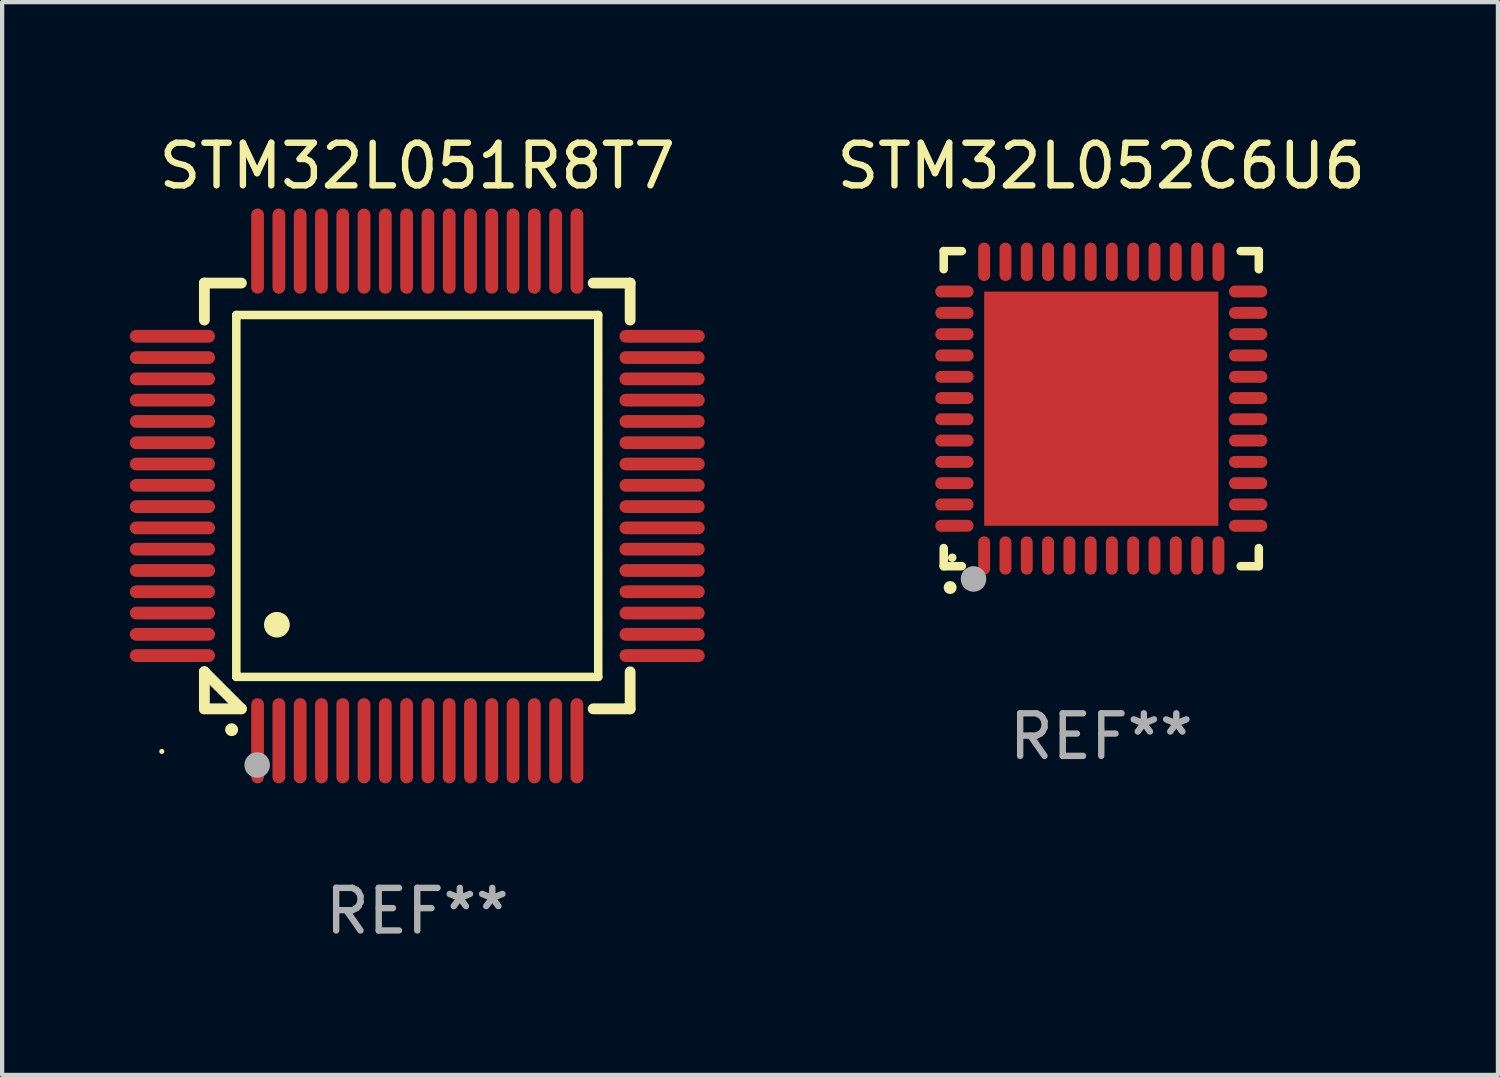
<source format=kicad_pcb>
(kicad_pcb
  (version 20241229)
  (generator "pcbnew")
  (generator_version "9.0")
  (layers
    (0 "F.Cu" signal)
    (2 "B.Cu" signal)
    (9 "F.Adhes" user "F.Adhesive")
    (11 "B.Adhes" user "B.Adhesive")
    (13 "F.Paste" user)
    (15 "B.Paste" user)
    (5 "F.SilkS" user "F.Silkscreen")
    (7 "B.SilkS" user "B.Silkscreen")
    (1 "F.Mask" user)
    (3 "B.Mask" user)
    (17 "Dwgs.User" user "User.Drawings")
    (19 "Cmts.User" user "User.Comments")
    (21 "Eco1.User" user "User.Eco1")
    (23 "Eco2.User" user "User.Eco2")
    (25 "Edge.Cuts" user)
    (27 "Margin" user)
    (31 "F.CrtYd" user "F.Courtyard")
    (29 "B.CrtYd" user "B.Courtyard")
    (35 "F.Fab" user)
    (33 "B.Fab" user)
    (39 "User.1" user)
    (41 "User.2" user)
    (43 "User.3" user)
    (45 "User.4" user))
  (footprint "STM32L052C6U6"
    (layer "F.Cu")
    (at 22.815 6.548)
    (property "Reference" "STM32L052C6U6" (at 0 -5.7 0) (layer "F.SilkS") (effects (font (size 1 1) (thickness 0.15))))
    (attr through_hole)
    (fp_line (start -3.7 -3.7) (end -3.275 -3.7) (stroke (width 0.2) (type solid)) (layer "F.SilkS"))
    (fp_line (start -3.7 -3.275) (end -3.7 -3.7) (stroke (width 0.2) (type solid)) (layer "F.SilkS"))
    (fp_line (start -3.7 3.7) (end -3.7 3.275) (stroke (width 0.2) (type solid)) (layer "F.SilkS"))
    (fp_line (start -3.275 3.7) (end -3.7 3.7) (stroke (width 0.2) (type solid)) (layer "F.SilkS"))
    (fp_line (start 3.7 -3.7) (end 3.275 -3.7) (stroke (width 0.2) (type solid)) (layer "F.SilkS"))
    (fp_line (start 3.7 -3.275) (end 3.7 -3.7) (stroke (width 0.2) (type solid)) (layer "F.SilkS"))
    (fp_line (start 3.7 3.275) (end 3.7 3.7) (stroke (width 0.2) (type solid)) (layer "F.SilkS"))
    (fp_line (start 3.7 3.7) (end 3.275 3.7) (stroke (width 0.2) (type solid)) (layer "F.SilkS"))
    (fp_arc (start -3.550927 4.201168) (mid -3.549657 4.201163) (end -3.548387 4.201168) (stroke (width 0.3) (type solid)) (layer "F.SilkS"))
    (fp_circle (center -3.5 3.5) (end -3.45 3.5) (stroke (width 0.1) (type solid)) (fill no) (layer "F.SilkS"))
    (fp_circle (center -3 4) (end -2.85 4) (stroke (width 0.3) (type solid)) (fill no) (layer "F.Fab"))
    (fp_text user "REF**" (at 0 7.7 0) (layer "F.Fab") (effects (font (size 1 1) (thickness 0.15))))
    (pad "1" smd oval (at -2.751 3.449) (size 0.28 0.9) (layers "F.Cu" "F.Mask" "F.Paste"))
    (pad "2" smd oval (at -2.25 3.449) (size 0.28 0.9) (layers "F.Cu" "F.Mask" "F.Paste"))
    (pad "3" smd oval (at -1.75 3.449) (size 0.28 0.9) (layers "F.Cu" "F.Mask" "F.Paste"))
    (pad "4" smd oval (at -1.25 3.449) (size 0.28 0.9) (layers "F.Cu" "F.Mask" "F.Paste"))
    (pad "5" smd oval (at -0.749 3.449) (size 0.28 0.9) (layers "F.Cu" "F.Mask" "F.Paste"))
    (pad "6" smd oval (at -0.249 3.449) (size 0.28 0.9) (layers "F.Cu" "F.Mask" "F.Paste"))
    (pad "7" smd oval (at 0.249 3.449) (size 0.28 0.9) (layers "F.Cu" "F.Mask" "F.Paste"))
    (pad "8" smd oval (at 0.749 3.449) (size 0.28 0.9) (layers "F.Cu" "F.Mask" "F.Paste"))
    (pad "9" smd oval (at 1.25 3.449) (size 0.28 0.9) (layers "F.Cu" "F.Mask" "F.Paste"))
    (pad "10" smd oval (at 1.75 3.449) (size 0.28 0.9) (layers "F.Cu" "F.Mask" "F.Paste"))
    (pad "11" smd oval (at 2.251 3.449) (size 0.28 0.9) (layers "F.Cu" "F.Mask" "F.Paste"))
    (pad "12" smd oval (at 2.751 3.449) (size 0.28 0.9) (layers "F.Cu" "F.Mask" "F.Paste"))
    (pad "13" smd oval (at 3.449 2.751) (size 0.9 0.28) (layers "F.Cu" "F.Mask" "F.Paste"))
    (pad "14" smd oval (at 3.449 2.251) (size 0.9 0.28) (layers "F.Cu" "F.Mask" "F.Paste"))
    (pad "15" smd oval (at 3.449 1.75) (size 0.9 0.28) (layers "F.Cu" "F.Mask" "F.Paste"))
    (pad "16" smd oval (at 3.449 1.25) (size 0.9 0.28) (layers "F.Cu" "F.Mask" "F.Paste"))
    (pad "17" smd oval (at 3.449 0.749) (size 0.9 0.28) (layers "F.Cu" "F.Mask" "F.Paste"))
    (pad "18" smd oval (at 3.449 0.249) (size 0.9 0.28) (layers "F.Cu" "F.Mask" "F.Paste"))
    (pad "19" smd oval (at 3.449 -0.249) (size 0.9 0.28) (layers "F.Cu" "F.Mask" "F.Paste"))
    (pad "20" smd oval (at 3.449 -0.749) (size 0.9 0.28) (layers "F.Cu" "F.Mask" "F.Paste"))
    (pad "21" smd oval (at 3.449 -1.25) (size 0.9 0.28) (layers "F.Cu" "F.Mask" "F.Paste"))
    (pad "22" smd oval (at 3.449 -1.75) (size 0.9 0.28) (layers "F.Cu" "F.Mask" "F.Paste"))
    (pad "23" smd oval (at 3.449 -2.25) (size 0.9 0.28) (layers "F.Cu" "F.Mask" "F.Paste"))
    (pad "24" smd oval (at 3.449 -2.751) (size 0.9 0.28) (layers "F.Cu" "F.Mask" "F.Paste"))
    (pad "25" smd oval (at 2.751 -3.449) (size 0.28 0.9) (layers "F.Cu" "F.Mask" "F.Paste"))
    (pad "26" smd oval (at 2.251 -3.449) (size 0.28 0.9) (layers "F.Cu" "F.Mask" "F.Paste"))
    (pad "27" smd oval (at 1.75 -3.449) (size 0.28 0.9) (layers "F.Cu" "F.Mask" "F.Paste"))
    (pad "28" smd oval (at 1.25 -3.449) (size 0.28 0.9) (layers "F.Cu" "F.Mask" "F.Paste"))
    (pad "29" smd oval (at 0.749 -3.449) (size 0.28 0.9) (layers "F.Cu" "F.Mask" "F.Paste"))
    (pad "30" smd oval (at 0.249 -3.449) (size 0.28 0.9) (layers "F.Cu" "F.Mask" "F.Paste"))
    (pad "31" smd oval (at -0.249 -3.449) (size 0.28 0.9) (layers "F.Cu" "F.Mask" "F.Paste"))
    (pad "32" smd oval (at -0.749 -3.449) (size 0.28 0.9) (layers "F.Cu" "F.Mask" "F.Paste"))
    (pad "33" smd oval (at -1.25 -3.449) (size 0.28 0.9) (layers "F.Cu" "F.Mask" "F.Paste"))
    (pad "34" smd oval (at -1.75 -3.449) (size 0.28 0.9) (layers "F.Cu" "F.Mask" "F.Paste"))
    (pad "35" smd oval (at -2.25 -3.449) (size 0.28 0.9) (layers "F.Cu" "F.Mask" "F.Paste"))
    (pad "36" smd oval (at -2.751 -3.449) (size 0.28 0.9) (layers "F.Cu" "F.Mask" "F.Paste"))
    (pad "37" smd oval (at -3.449 -2.751) (size 0.9 0.28) (layers "F.Cu" "F.Mask" "F.Paste"))
    (pad "38" smd oval (at -3.449 -2.25) (size 0.9 0.28) (layers "F.Cu" "F.Mask" "F.Paste"))
    (pad "39" smd oval (at -3.449 -1.75) (size 0.9 0.28) (layers "F.Cu" "F.Mask" "F.Paste"))
    (pad "40" smd oval (at -3.449 -1.25) (size 0.9 0.28) (layers "F.Cu" "F.Mask" "F.Paste"))
    (pad "41" smd oval (at -3.449 -0.749) (size 0.9 0.28) (layers "F.Cu" "F.Mask" "F.Paste"))
    (pad "42" smd oval (at -3.449 -0.249) (size 0.9 0.28) (layers "F.Cu" "F.Mask" "F.Paste"))
    (pad "43" smd oval (at -3.449 0.249) (size 0.9 0.28) (layers "F.Cu" "F.Mask" "F.Paste"))
    (pad "44" smd oval (at -3.449 0.749) (size 0.9 0.28) (layers "F.Cu" "F.Mask" "F.Paste"))
    (pad "45" smd oval (at -3.449 1.25) (size 0.9 0.28) (layers "F.Cu" "F.Mask" "F.Paste"))
    (pad "46" smd oval (at -3.449 1.75) (size 0.9 0.28) (layers "F.Cu" "F.Mask" "F.Paste"))
    (pad "47" smd oval (at -3.449 2.251) (size 0.9 0.28) (layers "F.Cu" "F.Mask" "F.Paste"))
    (pad "48" smd oval (at -3.449 2.751) (size 0.9 0.28) (layers "F.Cu" "F.Mask" "F.Paste"))
    (pad "49" smd rect (at 0.000076 0.000076) (size 5.5 5.5) (layers "F.Cu" "F.Mask" "F.Paste")))
  (footprint "STM32L051R8T7"
    (layer "F.Cu")
    (at 6.75 8.598)
    (property "Reference" "STM32L051R8T7" (at 0 -7.75 0) (layer "F.SilkS") (effects (font (size 1 1) (thickness 0.15))))
    (attr through_hole)
    (fp_line (start -5 -5) (end -4.131 -5) (stroke (width 0.254) (type solid)) (layer "F.SilkS"))
    (fp_line (start -5 -4.131) (end -5 -5) (stroke (width 0.254) (type solid)) (layer "F.SilkS"))
    (fp_line (start -5 4.131) (end -5 4.131) (stroke (width 0.254) (type solid)) (layer "F.SilkS"))
    (fp_line (start -5 5) (end -5 4.131) (stroke (width 0.254) (type solid)) (layer "F.SilkS"))
    (fp_line (start -5 4.131) (end -4.131 5) (stroke (width 0.254) (type solid)) (layer "F.SilkS"))
    (fp_line (start -4.25 -4.25) (end -4.25 4.25) (stroke (width 0.2) (type solid)) (layer "F.SilkS"))
    (fp_line (start -4.25 4.25) (end 4.25 4.25) (stroke (width 0.2) (type solid)) (layer "F.SilkS"))
    (fp_line (start -4.131 5) (end -5 5) (stroke (width 0.254) (type solid)) (layer "F.SilkS"))
    (fp_line (start 4.25 -4.25) (end -4.25 -4.25) (stroke (width 0.2) (type solid)) (layer "F.SilkS"))
    (fp_line (start 4.25 4.25) (end 4.25 -4.25) (stroke (width 0.2) (type solid)) (layer "F.SilkS"))
    (fp_line (start 5 -5) (end 4.131 -5) (stroke (width 0.254) (type solid)) (layer "F.SilkS"))
    (fp_line (start 5 -5) (end 5 -4.131) (stroke (width 0.254) (type solid)) (layer "F.SilkS"))
    (fp_line (start 5 4.131) (end 5 5) (stroke (width 0.254) (type solid)) (layer "F.SilkS"))
    (fp_line (start 5 5) (end 4.131 5) (stroke (width 0.254) (type solid)) (layer "F.SilkS"))
    (fp_arc (start -4.361265 5.489992) (mid -4.359995 5.489987) (end -4.358725 5.489992) (stroke (width 0.3) (type solid)) (layer "F.SilkS"))
    (fp_arc (start -3.299467 3.025146) (mid -3.296927 3.025135) (end -3.294387 3.025146) (stroke (width 0.6) (type solid)) (layer "F.SilkS"))
    (fp_circle (center -6 6) (end -5.97 6) (stroke (width 0.06) (type solid)) (fill no) (layer "F.SilkS"))
    (fp_circle (center -3.76 6.32) (end -3.61 6.32) (stroke (width 0.3) (type solid)) (fill no) (layer "F.Fab"))
    (fp_text user "REF**" (at 0 9.75 0) (layer "F.Fab") (effects (font (size 1 1) (thickness 0.15))))
    (pad "1" smd oval (at -3.75 5.75) (size 0.3 2) (layers "F.Cu" "F.Mask" "F.Paste"))
    (pad "2" smd oval (at -3.25 5.75) (size 0.3 2) (layers "F.Cu" "F.Mask" "F.Paste"))
    (pad "3" smd oval (at -2.75 5.75) (size 0.3 2) (layers "F.Cu" "F.Mask" "F.Paste"))
    (pad "4" smd oval (at -2.25 5.75) (size 0.3 2) (layers "F.Cu" "F.Mask" "F.Paste"))
    (pad "5" smd oval (at -1.75 5.75) (size 0.3 2) (layers "F.Cu" "F.Mask" "F.Paste"))
    (pad "6" smd oval (at -1.25 5.75) (size 0.3 2) (layers "F.Cu" "F.Mask" "F.Paste"))
    (pad "7" smd oval (at -0.75 5.75) (size 0.3 2) (layers "F.Cu" "F.Mask" "F.Paste"))
    (pad "8" smd oval (at -0.25 5.75) (size 0.3 2) (layers "F.Cu" "F.Mask" "F.Paste"))
    (pad "9" smd oval (at 0.25 5.75) (size 0.3 2) (layers "F.Cu" "F.Mask" "F.Paste"))
    (pad "10" smd oval (at 0.75 5.75) (size 0.3 2) (layers "F.Cu" "F.Mask" "F.Paste"))
    (pad "11" smd oval (at 1.25 5.75) (size 0.3 2) (layers "F.Cu" "F.Mask" "F.Paste"))
    (pad "12" smd oval (at 1.75 5.75) (size 0.3 2) (layers "F.Cu" "F.Mask" "F.Paste"))
    (pad "13" smd oval (at 2.25 5.75) (size 0.3 2) (layers "F.Cu" "F.Mask" "F.Paste"))
    (pad "14" smd oval (at 2.75 5.75) (size 0.3 2) (layers "F.Cu" "F.Mask" "F.Paste"))
    (pad "15" smd oval (at 3.25 5.75) (size 0.3 2) (layers "F.Cu" "F.Mask" "F.Paste"))
    (pad "16" smd oval (at 3.75 5.75) (size 0.3 2) (layers "F.Cu" "F.Mask" "F.Paste"))
    (pad "17" smd oval (at 5.75 3.75) (size 2 0.3) (layers "F.Cu" "F.Mask" "F.Paste"))
    (pad "18" smd oval (at 5.75 3.25) (size 2 0.3) (layers "F.Cu" "F.Mask" "F.Paste"))
    (pad "19" smd oval (at 5.75 2.75) (size 2 0.3) (layers "F.Cu" "F.Mask" "F.Paste"))
    (pad "20" smd oval (at 5.75 2.25) (size 2 0.3) (layers "F.Cu" "F.Mask" "F.Paste"))
    (pad "21" smd oval (at 5.75 1.75) (size 2 0.3) (layers "F.Cu" "F.Mask" "F.Paste"))
    (pad "22" smd oval (at 5.75 1.25) (size 2 0.3) (layers "F.Cu" "F.Mask" "F.Paste"))
    (pad "23" smd oval (at 5.75 0.75) (size 2 0.3) (layers "F.Cu" "F.Mask" "F.Paste"))
    (pad "24" smd oval (at 5.75 0.25) (size 2 0.3) (layers "F.Cu" "F.Mask" "F.Paste"))
    (pad "25" smd oval (at 5.75 -0.25) (size 2 0.3) (layers "F.Cu" "F.Mask" "F.Paste"))
    (pad "26" smd oval (at 5.75 -0.75) (size 2 0.3) (layers "F.Cu" "F.Mask" "F.Paste"))
    (pad "27" smd oval (at 5.75 -1.25) (size 2 0.3) (layers "F.Cu" "F.Mask" "F.Paste"))
    (pad "28" smd oval (at 5.75 -1.75) (size 2 0.3) (layers "F.Cu" "F.Mask" "F.Paste"))
    (pad "29" smd oval (at 5.75 -2.25) (size 2 0.3) (layers "F.Cu" "F.Mask" "F.Paste"))
    (pad "30" smd oval (at 5.75 -2.75) (size 2 0.3) (layers "F.Cu" "F.Mask" "F.Paste"))
    (pad "31" smd oval (at 5.75 -3.25) (size 2 0.3) (layers "F.Cu" "F.Mask" "F.Paste"))
    (pad "32" smd oval (at 5.75 -3.75) (size 2 0.3) (layers "F.Cu" "F.Mask" "F.Paste"))
    (pad "33" smd oval (at 3.75 -5.75) (size 0.3 2) (layers "F.Cu" "F.Mask" "F.Paste"))
    (pad "34" smd oval (at 3.25 -5.75) (size 0.3 2) (layers "F.Cu" "F.Mask" "F.Paste"))
    (pad "35" smd oval (at 2.75 -5.75) (size 0.3 2) (layers "F.Cu" "F.Mask" "F.Paste"))
    (pad "36" smd oval (at 2.25 -5.75) (size 0.3 2) (layers "F.Cu" "F.Mask" "F.Paste"))
    (pad "37" smd oval (at 1.75 -5.75) (size 0.3 2) (layers "F.Cu" "F.Mask" "F.Paste"))
    (pad "38" smd oval (at 1.25 -5.75) (size 0.3 2) (layers "F.Cu" "F.Mask" "F.Paste"))
    (pad "39" smd oval (at 0.75 -5.75) (size 0.3 2) (layers "F.Cu" "F.Mask" "F.Paste"))
    (pad "40" smd oval (at 0.25 -5.75) (size 0.3 2) (layers "F.Cu" "F.Mask" "F.Paste"))
    (pad "41" smd oval (at -0.25 -5.75) (size 0.3 2) (layers "F.Cu" "F.Mask" "F.Paste"))
    (pad "42" smd oval (at -0.75 -5.75) (size 0.3 2) (layers "F.Cu" "F.Mask" "F.Paste"))
    (pad "43" smd oval (at -1.25 -5.75) (size 0.3 2) (layers "F.Cu" "F.Mask" "F.Paste"))
    (pad "44" smd oval (at -1.75 -5.75) (size 0.3 2) (layers "F.Cu" "F.Mask" "F.Paste"))
    (pad "45" smd oval (at -2.25 -5.75) (size 0.3 2) (layers "F.Cu" "F.Mask" "F.Paste"))
    (pad "46" smd oval (at -2.75 -5.75) (size 0.3 2) (layers "F.Cu" "F.Mask" "F.Paste"))
    (pad "47" smd oval (at -3.25 -5.75) (size 0.3 2) (layers "F.Cu" "F.Mask" "F.Paste"))
    (pad "48" smd oval (at -3.75 -5.75) (size 0.3 2) (layers "F.Cu" "F.Mask" "F.Paste"))
    (pad "49" smd oval (at -5.75 -3.75) (size 2 0.3) (layers "F.Cu" "F.Mask" "F.Paste"))
    (pad "50" smd oval (at -5.75 -3.25) (size 2 0.3) (layers "F.Cu" "F.Mask" "F.Paste"))
    (pad "51" smd oval (at -5.75 -2.75) (size 2 0.3) (layers "F.Cu" "F.Mask" "F.Paste"))
    (pad "52" smd oval (at -5.75 -2.25) (size 2 0.3) (layers "F.Cu" "F.Mask" "F.Paste"))
    (pad "53" smd oval (at -5.75 -1.75) (size 2 0.3) (layers "F.Cu" "F.Mask" "F.Paste"))
    (pad "54" smd oval (at -5.75 -1.25) (size 2 0.3) (layers "F.Cu" "F.Mask" "F.Paste"))
    (pad "55" smd oval (at -5.75 -0.75) (size 2 0.3) (layers "F.Cu" "F.Mask" "F.Paste"))
    (pad "56" smd oval (at -5.75 -0.25) (size 2 0.3) (layers "F.Cu" "F.Mask" "F.Paste"))
    (pad "57" smd oval (at -5.75 0.25) (size 2 0.3) (layers "F.Cu" "F.Mask" "F.Paste"))
    (pad "58" smd oval (at -5.75 0.75) (size 2 0.3) (layers "F.Cu" "F.Mask" "F.Paste"))
    (pad "59" smd oval (at -5.75 1.25) (size 2 0.3) (layers "F.Cu" "F.Mask" "F.Paste"))
    (pad "60" smd oval (at -5.75 1.75) (size 2 0.3) (layers "F.Cu" "F.Mask" "F.Paste"))
    (pad "61" smd oval (at -5.75 2.25) (size 2 0.3) (layers "F.Cu" "F.Mask" "F.Paste"))
    (pad "62" smd oval (at -5.75 2.75) (size 2 0.3) (layers "F.Cu" "F.Mask" "F.Paste"))
    (pad "63" smd oval (at -5.75 3.25) (size 2 0.3) (layers "F.Cu" "F.Mask" "F.Paste"))
    (pad "64" smd oval (at -5.75 3.75) (size 2 0.3) (layers "F.Cu" "F.Mask" "F.Paste")))
  (gr_rect
    (start -3 -3)
    (end 32.131 22.196)
    (stroke (width 0.1) (type default))
    (fill no)
    (layer "Edge.Cuts")))
</source>
